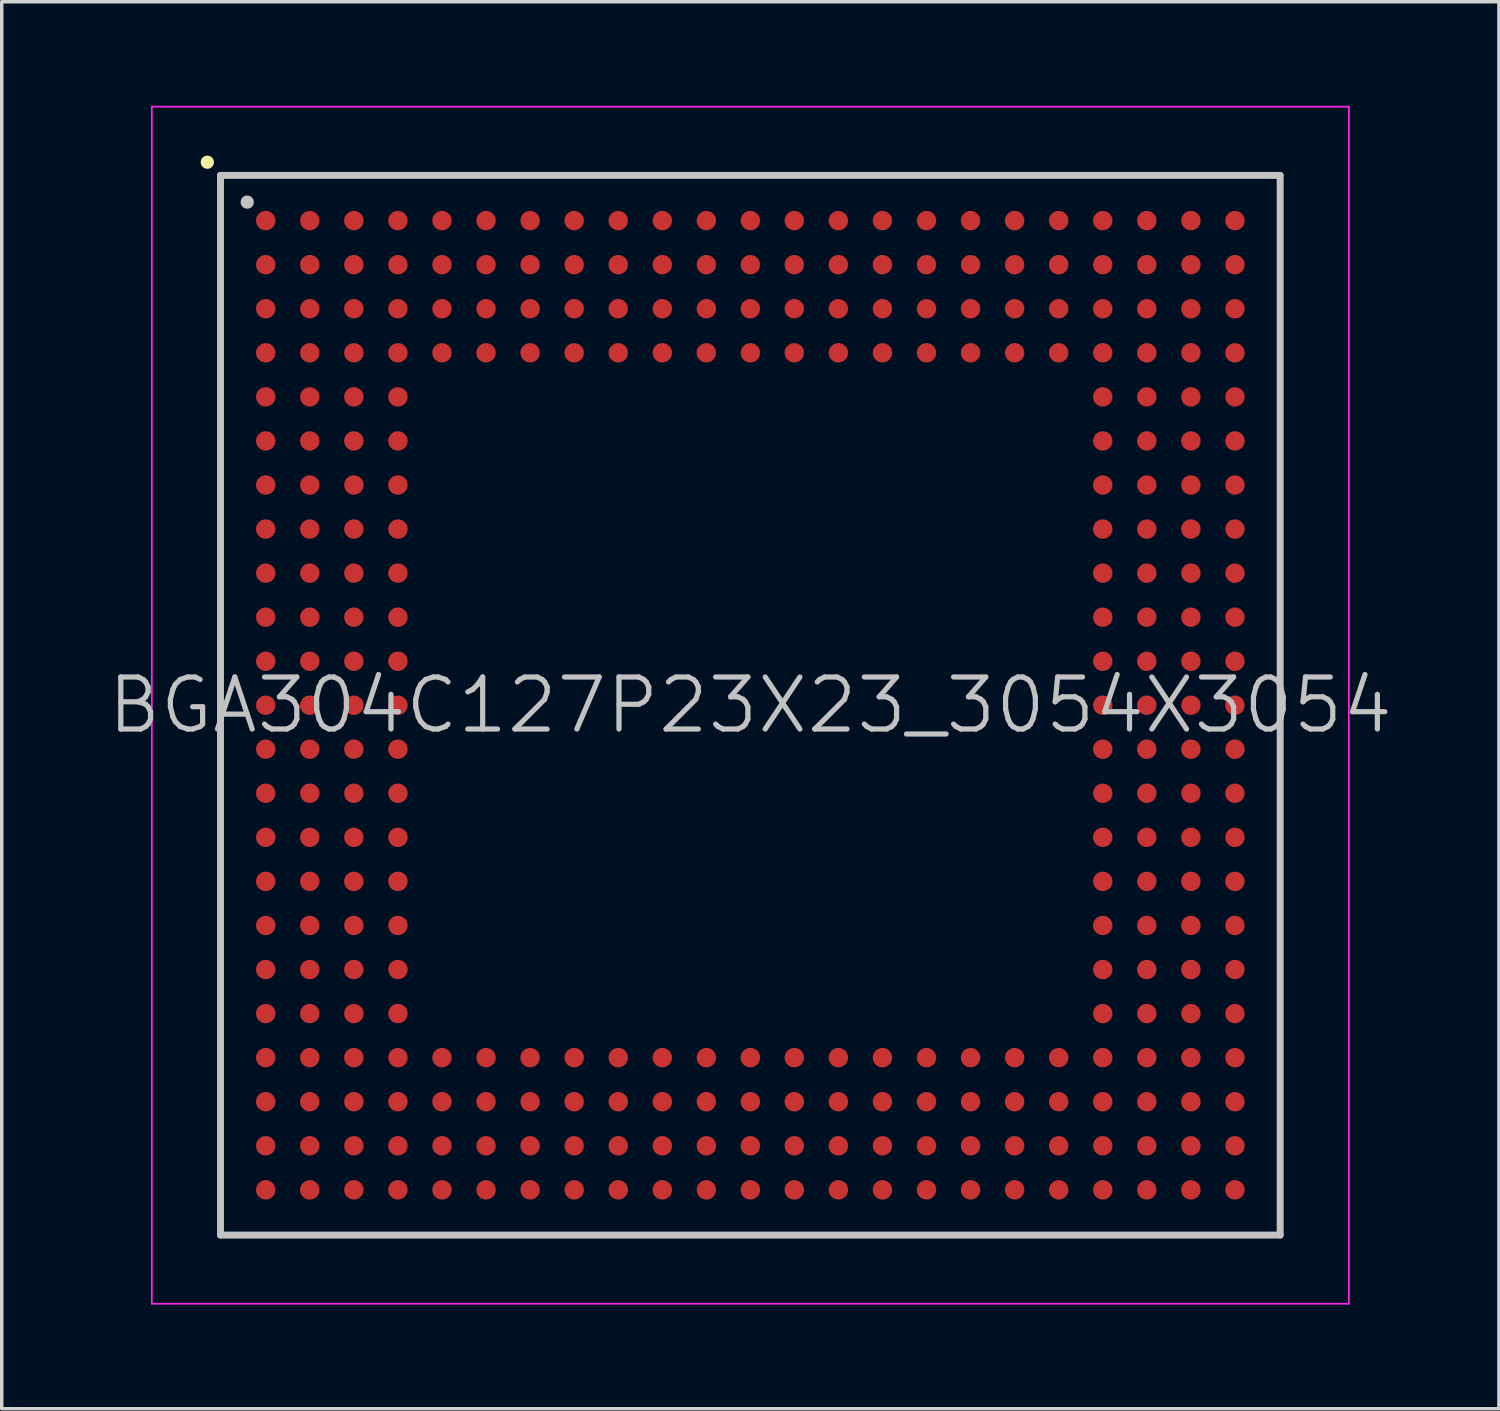
<source format=kicad_pcb>
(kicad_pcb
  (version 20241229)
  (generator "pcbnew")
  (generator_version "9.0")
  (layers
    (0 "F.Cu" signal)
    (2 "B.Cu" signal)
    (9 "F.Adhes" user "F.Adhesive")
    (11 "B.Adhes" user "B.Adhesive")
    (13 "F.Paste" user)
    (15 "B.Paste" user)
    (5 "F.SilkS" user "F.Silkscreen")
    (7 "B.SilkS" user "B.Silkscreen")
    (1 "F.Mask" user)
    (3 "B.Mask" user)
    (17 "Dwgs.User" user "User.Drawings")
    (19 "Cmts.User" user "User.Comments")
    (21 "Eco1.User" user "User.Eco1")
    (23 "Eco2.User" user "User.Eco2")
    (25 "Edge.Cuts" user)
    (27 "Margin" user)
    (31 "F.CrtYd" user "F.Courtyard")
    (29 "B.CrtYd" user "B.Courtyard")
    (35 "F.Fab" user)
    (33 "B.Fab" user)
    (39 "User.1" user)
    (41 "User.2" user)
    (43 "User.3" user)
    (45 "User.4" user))
  (footprint "BGA304C127P23X23_3054X3054"
    (layer "F.Cu")
    (at 18.575 17.275)
    (property "Reference" "BGA304C127P23X23_3054X3054" (at 0 0 0) (layer "Dwgs.User") (effects (font (size 1.5 1.5) (thickness 0.15))))
    (attr smd)
    (fp_line (start -15.65 -15.65) (end -15.65 -15.65) (stroke (width 0.381) (type solid)) (layer "F.SilkS"))
    (fp_line (start -15.27 -15.27) (end -15.27 15.27) (stroke (width 0.2) (type solid)) (layer "Dwgs.User"))
    (fp_line (start -15.27 -15.27) (end 15.27 -15.27) (stroke (width 0.2) (type solid)) (layer "Dwgs.User"))
    (fp_line (start -15.27 15.27) (end 15.27 15.27) (stroke (width 0.2) (type solid)) (layer "Dwgs.User"))
    (fp_line (start -14.5 -14.5) (end -14.5 -14.5) (stroke (width 0.381) (type solid)) (layer "Dwgs.User"))
    (fp_line (start 15.27 -15.27) (end 15.27 15.27) (stroke (width 0.2) (type solid)) (layer "Dwgs.User"))
    (fp_line (start -17.25 -17.25) (end -17.25 17.25) (stroke (width 0.05) (type solid)) (layer "F.CrtYd"))
    (fp_line (start -17.25 -17.25) (end 17.25 -17.25) (stroke (width 0.05) (type solid)) (layer "F.CrtYd"))
    (fp_line (start -17.25 17.25) (end 17.25 17.25) (stroke (width 0.05) (type solid)) (layer "F.CrtYd"))
    (fp_line (start 17.25 -17.25) (end 17.25 17.25) (stroke (width 0.05) (type solid)) (layer "F.CrtYd"))
    (pad "A1" smd circle (at -13.967 -13.967 270) (size 0.56 0.56) (layers "F.Cu" "F.Mask" "F.Paste"))
    (pad "A2" smd circle (at -12.697 -13.967 270) (size 0.56 0.56) (layers "F.Cu" "F.Mask" "F.Paste"))
    (pad "A3" smd circle (at -11.427 -13.967 270) (size 0.56 0.56) (layers "F.Cu" "F.Mask" "F.Paste"))
    (pad "A4" smd circle (at -10.157 -13.967 270) (size 0.56 0.56) (layers "F.Cu" "F.Mask" "F.Paste"))
    (pad "A5" smd circle (at -8.887 -13.967 270) (size 0.56 0.56) (layers "F.Cu" "F.Mask" "F.Paste"))
    (pad "A6" smd circle (at -7.617 -13.967 270) (size 0.56 0.56) (layers "F.Cu" "F.Mask" "F.Paste"))
    (pad "A7" smd circle (at -6.347 -13.967 270) (size 0.56 0.56) (layers "F.Cu" "F.Mask" "F.Paste"))
    (pad "A8" smd circle (at -5.077 -13.967 270) (size 0.56 0.56) (layers "F.Cu" "F.Mask" "F.Paste"))
    (pad "A9" smd circle (at -3.807 -13.967 270) (size 0.56 0.56) (layers "F.Cu" "F.Mask" "F.Paste"))
    (pad "A10" smd circle (at -2.537 -13.967 270) (size 0.56 0.56) (layers "F.Cu" "F.Mask" "F.Paste"))
    (pad "A11" smd circle (at -1.267 -13.967 270) (size 0.56 0.56) (layers "F.Cu" "F.Mask" "F.Paste"))
    (pad "A12" smd circle (at 0 -13.967 270) (size 0.56 0.56) (layers "F.Cu" "F.Mask" "F.Paste"))
    (pad "A13" smd circle (at 1.267 -13.967 270) (size 0.56 0.56) (layers "F.Cu" "F.Mask" "F.Paste"))
    (pad "A14" smd circle (at 2.537 -13.967 270) (size 0.56 0.56) (layers "F.Cu" "F.Mask" "F.Paste"))
    (pad "A15" smd circle (at 3.807 -13.967 270) (size 0.56 0.56) (layers "F.Cu" "F.Mask" "F.Paste"))
    (pad "A16" smd circle (at 5.077 -13.967 270) (size 0.56 0.56) (layers "F.Cu" "F.Mask" "F.Paste"))
    (pad "A17" smd circle (at 6.347 -13.967 270) (size 0.56 0.56) (layers "F.Cu" "F.Mask" "F.Paste"))
    (pad "A18" smd circle (at 7.617 -13.967 270) (size 0.56 0.56) (layers "F.Cu" "F.Mask" "F.Paste"))
    (pad "A19" smd circle (at 8.887 -13.967 270) (size 0.56 0.56) (layers "F.Cu" "F.Mask" "F.Paste"))
    (pad "A20" smd circle (at 10.157 -13.967 270) (size 0.56 0.56) (layers "F.Cu" "F.Mask" "F.Paste"))
    (pad "A21" smd circle (at 11.427 -13.967 270) (size 0.56 0.56) (layers "F.Cu" "F.Mask" "F.Paste"))
    (pad "A22" smd circle (at 12.697 -13.967 270) (size 0.56 0.56) (layers "F.Cu" "F.Mask" "F.Paste"))
    (pad "A23" smd circle (at 13.967 -13.967 270) (size 0.56 0.56) (layers "F.Cu" "F.Mask" "F.Paste"))
    (pad "AA1" smd circle (at -13.967 11.427 270) (size 0.56 0.56) (layers "F.Cu" "F.Mask" "F.Paste"))
    (pad "AA2" smd circle (at -12.697 11.427 270) (size 0.56 0.56) (layers "F.Cu" "F.Mask" "F.Paste"))
    (pad "AA3" smd circle (at -11.427 11.427 270) (size 0.56 0.56) (layers "F.Cu" "F.Mask" "F.Paste"))
    (pad "AA4" smd circle (at -10.157 11.427 270) (size 0.56 0.56) (layers "F.Cu" "F.Mask" "F.Paste"))
    (pad "AA5" smd circle (at -8.887 11.427 270) (size 0.56 0.56) (layers "F.Cu" "F.Mask" "F.Paste"))
    (pad "AA6" smd circle (at -7.617 11.427 270) (size 0.56 0.56) (layers "F.Cu" "F.Mask" "F.Paste"))
    (pad "AA7" smd circle (at -6.347 11.427 270) (size 0.56 0.56) (layers "F.Cu" "F.Mask" "F.Paste"))
    (pad "AA8" smd circle (at -5.077 11.427 270) (size 0.56 0.56) (layers "F.Cu" "F.Mask" "F.Paste"))
    (pad "AA9" smd circle (at -3.807 11.427 270) (size 0.56 0.56) (layers "F.Cu" "F.Mask" "F.Paste"))
    (pad "AA10" smd circle (at -2.537 11.427 270) (size 0.56 0.56) (layers "F.Cu" "F.Mask" "F.Paste"))
    (pad "AA11" smd circle (at -1.267 11.427 270) (size 0.56 0.56) (layers "F.Cu" "F.Mask" "F.Paste"))
    (pad "AA12" smd circle (at 0 11.427 270) (size 0.56 0.56) (layers "F.Cu" "F.Mask" "F.Paste"))
    (pad "AA13" smd circle (at 1.267 11.427 270) (size 0.56 0.56) (layers "F.Cu" "F.Mask" "F.Paste"))
    (pad "AA14" smd circle (at 2.537 11.427 270) (size 0.56 0.56) (layers "F.Cu" "F.Mask" "F.Paste"))
    (pad "AA15" smd circle (at 3.807 11.427 270) (size 0.56 0.56) (layers "F.Cu" "F.Mask" "F.Paste"))
    (pad "AA16" smd circle (at 5.077 11.427 270) (size 0.56 0.56) (layers "F.Cu" "F.Mask" "F.Paste"))
    (pad "AA17" smd circle (at 6.347 11.427 270) (size 0.56 0.56) (layers "F.Cu" "F.Mask" "F.Paste"))
    (pad "AA18" smd circle (at 7.617 11.427 270) (size 0.56 0.56) (layers "F.Cu" "F.Mask" "F.Paste"))
    (pad "AA19" smd circle (at 8.887 11.427 270) (size 0.56 0.56) (layers "F.Cu" "F.Mask" "F.Paste"))
    (pad "AA20" smd circle (at 10.157 11.427 270) (size 0.56 0.56) (layers "F.Cu" "F.Mask" "F.Paste"))
    (pad "AA21" smd circle (at 11.427 11.427 270) (size 0.56 0.56) (layers "F.Cu" "F.Mask" "F.Paste"))
    (pad "AA22" smd circle (at 12.697 11.427 270) (size 0.56 0.56) (layers "F.Cu" "F.Mask" "F.Paste"))
    (pad "AA23" smd circle (at 13.967 11.427 270) (size 0.56 0.56) (layers "F.Cu" "F.Mask" "F.Paste"))
    (pad "AB1" smd circle (at -13.967 12.697 270) (size 0.56 0.56) (layers "F.Cu" "F.Mask" "F.Paste"))
    (pad "AB2" smd circle (at -12.697 12.697 270) (size 0.56 0.56) (layers "F.Cu" "F.Mask" "F.Paste"))
    (pad "AB3" smd circle (at -11.427 12.697 270) (size 0.56 0.56) (layers "F.Cu" "F.Mask" "F.Paste"))
    (pad "AB4" smd circle (at -10.157 12.697 270) (size 0.56 0.56) (layers "F.Cu" "F.Mask" "F.Paste"))
    (pad "AB5" smd circle (at -8.887 12.697 270) (size 0.56 0.56) (layers "F.Cu" "F.Mask" "F.Paste"))
    (pad "AB6" smd circle (at -7.617 12.697 270) (size 0.56 0.56) (layers "F.Cu" "F.Mask" "F.Paste"))
    (pad "AB7" smd circle (at -6.347 12.697 270) (size 0.56 0.56) (layers "F.Cu" "F.Mask" "F.Paste"))
    (pad "AB8" smd circle (at -5.077 12.697 270) (size 0.56 0.56) (layers "F.Cu" "F.Mask" "F.Paste"))
    (pad "AB9" smd circle (at -3.807 12.697 270) (size 0.56 0.56) (layers "F.Cu" "F.Mask" "F.Paste"))
    (pad "AB10" smd circle (at -2.537 12.697 270) (size 0.56 0.56) (layers "F.Cu" "F.Mask" "F.Paste"))
    (pad "AB11" smd circle (at -1.267 12.697 270) (size 0.56 0.56) (layers "F.Cu" "F.Mask" "F.Paste"))
    (pad "AB12" smd circle (at 0 12.697 270) (size 0.56 0.56) (layers "F.Cu" "F.Mask" "F.Paste"))
    (pad "AB13" smd circle (at 1.267 12.697 270) (size 0.56 0.56) (layers "F.Cu" "F.Mask" "F.Paste"))
    (pad "AB14" smd circle (at 2.537 12.697 270) (size 0.56 0.56) (layers "F.Cu" "F.Mask" "F.Paste"))
    (pad "AB15" smd circle (at 3.807 12.697 270) (size 0.56 0.56) (layers "F.Cu" "F.Mask" "F.Paste"))
    (pad "AB16" smd circle (at 5.077 12.697 270) (size 0.56 0.56) (layers "F.Cu" "F.Mask" "F.Paste"))
    (pad "AB17" smd circle (at 6.347 12.697 270) (size 0.56 0.56) (layers "F.Cu" "F.Mask" "F.Paste"))
    (pad "AB18" smd circle (at 7.617 12.697 270) (size 0.56 0.56) (layers "F.Cu" "F.Mask" "F.Paste"))
    (pad "AB19" smd circle (at 8.887 12.697 270) (size 0.56 0.56) (layers "F.Cu" "F.Mask" "F.Paste"))
    (pad "AB20" smd circle (at 10.157 12.697 270) (size 0.56 0.56) (layers "F.Cu" "F.Mask" "F.Paste"))
    (pad "AB21" smd circle (at 11.427 12.697 270) (size 0.56 0.56) (layers "F.Cu" "F.Mask" "F.Paste"))
    (pad "AB22" smd circle (at 12.697 12.697 270) (size 0.56 0.56) (layers "F.Cu" "F.Mask" "F.Paste"))
    (pad "AB23" smd circle (at 13.967 12.697 270) (size 0.56 0.56) (layers "F.Cu" "F.Mask" "F.Paste"))
    (pad "AC1" smd circle (at -13.967 13.967 270) (size 0.56 0.56) (layers "F.Cu" "F.Mask" "F.Paste"))
    (pad "AC2" smd circle (at -12.697 13.967 270) (size 0.56 0.56) (layers "F.Cu" "F.Mask" "F.Paste"))
    (pad "AC3" smd circle (at -11.427 13.967 270) (size 0.56 0.56) (layers "F.Cu" "F.Mask" "F.Paste"))
    (pad "AC4" smd circle (at -10.157 13.967 270) (size 0.56 0.56) (layers "F.Cu" "F.Mask" "F.Paste"))
    (pad "AC5" smd circle (at -8.887 13.967 270) (size 0.56 0.56) (layers "F.Cu" "F.Mask" "F.Paste"))
    (pad "AC6" smd circle (at -7.617 13.967 270) (size 0.56 0.56) (layers "F.Cu" "F.Mask" "F.Paste"))
    (pad "AC7" smd circle (at -6.347 13.967 270) (size 0.56 0.56) (layers "F.Cu" "F.Mask" "F.Paste"))
    (pad "AC8" smd circle (at -5.077 13.967 270) (size 0.56 0.56) (layers "F.Cu" "F.Mask" "F.Paste"))
    (pad "AC9" smd circle (at -3.807 13.967 270) (size 0.56 0.56) (layers "F.Cu" "F.Mask" "F.Paste"))
    (pad "AC10" smd circle (at -2.537 13.967 270) (size 0.56 0.56) (layers "F.Cu" "F.Mask" "F.Paste"))
    (pad "AC11" smd circle (at -1.267 13.967 270) (size 0.56 0.56) (layers "F.Cu" "F.Mask" "F.Paste"))
    (pad "AC12" smd circle (at 0 13.967 270) (size 0.56 0.56) (layers "F.Cu" "F.Mask" "F.Paste"))
    (pad "AC13" smd circle (at 1.267 13.967 270) (size 0.56 0.56) (layers "F.Cu" "F.Mask" "F.Paste"))
    (pad "AC14" smd circle (at 2.537 13.967 270) (size 0.56 0.56) (layers "F.Cu" "F.Mask" "F.Paste"))
    (pad "AC15" smd circle (at 3.807 13.967 270) (size 0.56 0.56) (layers "F.Cu" "F.Mask" "F.Paste"))
    (pad "AC16" smd circle (at 5.077 13.967 270) (size 0.56 0.56) (layers "F.Cu" "F.Mask" "F.Paste"))
    (pad "AC17" smd circle (at 6.347 13.967 270) (size 0.56 0.56) (layers "F.Cu" "F.Mask" "F.Paste"))
    (pad "AC18" smd circle (at 7.617 13.967 270) (size 0.56 0.56) (layers "F.Cu" "F.Mask" "F.Paste"))
    (pad "AC19" smd circle (at 8.887 13.967 270) (size 0.56 0.56) (layers "F.Cu" "F.Mask" "F.Paste"))
    (pad "AC20" smd circle (at 10.157 13.967 270) (size 0.56 0.56) (layers "F.Cu" "F.Mask" "F.Paste"))
    (pad "AC21" smd circle (at 11.427 13.967 270) (size 0.56 0.56) (layers "F.Cu" "F.Mask" "F.Paste"))
    (pad "AC22" smd circle (at 12.697 13.967 270) (size 0.56 0.56) (layers "F.Cu" "F.Mask" "F.Paste"))
    (pad "AC23" smd circle (at 13.967 13.967 270) (size 0.56 0.56) (layers "F.Cu" "F.Mask" "F.Paste"))
    (pad "B1" smd circle (at -13.967 -12.697 270) (size 0.56 0.56) (layers "F.Cu" "F.Mask" "F.Paste"))
    (pad "B2" smd circle (at -12.697 -12.697 270) (size 0.56 0.56) (layers "F.Cu" "F.Mask" "F.Paste"))
    (pad "B3" smd circle (at -11.427 -12.697 270) (size 0.56 0.56) (layers "F.Cu" "F.Mask" "F.Paste"))
    (pad "B4" smd circle (at -10.157 -12.697 270) (size 0.56 0.56) (layers "F.Cu" "F.Mask" "F.Paste"))
    (pad "B5" smd circle (at -8.887 -12.697 270) (size 0.56 0.56) (layers "F.Cu" "F.Mask" "F.Paste"))
    (pad "B6" smd circle (at -7.617 -12.697 270) (size 0.56 0.56) (layers "F.Cu" "F.Mask" "F.Paste"))
    (pad "B7" smd circle (at -6.347 -12.697 270) (size 0.56 0.56) (layers "F.Cu" "F.Mask" "F.Paste"))
    (pad "B8" smd circle (at -5.077 -12.697 270) (size 0.56 0.56) (layers "F.Cu" "F.Mask" "F.Paste"))
    (pad "B9" smd circle (at -3.807 -12.697 270) (size 0.56 0.56) (layers "F.Cu" "F.Mask" "F.Paste"))
    (pad "B10" smd circle (at -2.537 -12.697 270) (size 0.56 0.56) (layers "F.Cu" "F.Mask" "F.Paste"))
    (pad "B11" smd circle (at -1.267 -12.697 270) (size 0.56 0.56) (layers "F.Cu" "F.Mask" "F.Paste"))
    (pad "B12" smd circle (at 0 -12.697 270) (size 0.56 0.56) (layers "F.Cu" "F.Mask" "F.Paste"))
    (pad "B13" smd circle (at 1.267 -12.697 270) (size 0.56 0.56) (layers "F.Cu" "F.Mask" "F.Paste"))
    (pad "B14" smd circle (at 2.537 -12.697 270) (size 0.56 0.56) (layers "F.Cu" "F.Mask" "F.Paste"))
    (pad "B15" smd circle (at 3.807 -12.697 270) (size 0.56 0.56) (layers "F.Cu" "F.Mask" "F.Paste"))
    (pad "B16" smd circle (at 5.077 -12.697 270) (size 0.56 0.56) (layers "F.Cu" "F.Mask" "F.Paste"))
    (pad "B17" smd circle (at 6.347 -12.697 270) (size 0.56 0.56) (layers "F.Cu" "F.Mask" "F.Paste"))
    (pad "B18" smd circle (at 7.617 -12.697 270) (size 0.56 0.56) (layers "F.Cu" "F.Mask" "F.Paste"))
    (pad "B19" smd circle (at 8.887 -12.697 270) (size 0.56 0.56) (layers "F.Cu" "F.Mask" "F.Paste"))
    (pad "B20" smd circle (at 10.157 -12.697 270) (size 0.56 0.56) (layers "F.Cu" "F.Mask" "F.Paste"))
    (pad "B21" smd circle (at 11.427 -12.697 270) (size 0.56 0.56) (layers "F.Cu" "F.Mask" "F.Paste"))
    (pad "B22" smd circle (at 12.697 -12.697 270) (size 0.56 0.56) (layers "F.Cu" "F.Mask" "F.Paste"))
    (pad "B23" smd circle (at 13.967 -12.697 270) (size 0.56 0.56) (layers "F.Cu" "F.Mask" "F.Paste"))
    (pad "C1" smd circle (at -13.967 -11.427 270) (size 0.56 0.56) (layers "F.Cu" "F.Mask" "F.Paste"))
    (pad "C2" smd circle (at -12.697 -11.427 270) (size 0.56 0.56) (layers "F.Cu" "F.Mask" "F.Paste"))
    (pad "C3" smd circle (at -11.427 -11.427 270) (size 0.56 0.56) (layers "F.Cu" "F.Mask" "F.Paste"))
    (pad "C4" smd circle (at -10.157 -11.427 270) (size 0.56 0.56) (layers "F.Cu" "F.Mask" "F.Paste"))
    (pad "C5" smd circle (at -8.887 -11.427 270) (size 0.56 0.56) (layers "F.Cu" "F.Mask" "F.Paste"))
    (pad "C6" smd circle (at -7.617 -11.427 270) (size 0.56 0.56) (layers "F.Cu" "F.Mask" "F.Paste"))
    (pad "C7" smd circle (at -6.347 -11.427 270) (size 0.56 0.56) (layers "F.Cu" "F.Mask" "F.Paste"))
    (pad "C8" smd circle (at -5.077 -11.427 270) (size 0.56 0.56) (layers "F.Cu" "F.Mask" "F.Paste"))
    (pad "C9" smd circle (at -3.807 -11.427 270) (size 0.56 0.56) (layers "F.Cu" "F.Mask" "F.Paste"))
    (pad "C10" smd circle (at -2.537 -11.427 270) (size 0.56 0.56) (layers "F.Cu" "F.Mask" "F.Paste"))
    (pad "C11" smd circle (at -1.267 -11.427 270) (size 0.56 0.56) (layers "F.Cu" "F.Mask" "F.Paste"))
    (pad "C12" smd circle (at 0 -11.427 270) (size 0.56 0.56) (layers "F.Cu" "F.Mask" "F.Paste"))
    (pad "C13" smd circle (at 1.267 -11.427 270) (size 0.56 0.56) (layers "F.Cu" "F.Mask" "F.Paste"))
    (pad "C14" smd circle (at 2.537 -11.427 270) (size 0.56 0.56) (layers "F.Cu" "F.Mask" "F.Paste"))
    (pad "C15" smd circle (at 3.807 -11.427 270) (size 0.56 0.56) (layers "F.Cu" "F.Mask" "F.Paste"))
    (pad "C16" smd circle (at 5.077 -11.427 270) (size 0.56 0.56) (layers "F.Cu" "F.Mask" "F.Paste"))
    (pad "C17" smd circle (at 6.347 -11.427 270) (size 0.56 0.56) (layers "F.Cu" "F.Mask" "F.Paste"))
    (pad "C18" smd circle (at 7.617 -11.427 270) (size 0.56 0.56) (layers "F.Cu" "F.Mask" "F.Paste"))
    (pad "C19" smd circle (at 8.887 -11.427 270) (size 0.56 0.56) (layers "F.Cu" "F.Mask" "F.Paste"))
    (pad "C20" smd circle (at 10.157 -11.427 270) (size 0.56 0.56) (layers "F.Cu" "F.Mask" "F.Paste"))
    (pad "C21" smd circle (at 11.427 -11.427 270) (size 0.56 0.56) (layers "F.Cu" "F.Mask" "F.Paste"))
    (pad "C22" smd circle (at 12.697 -11.427 270) (size 0.56 0.56) (layers "F.Cu" "F.Mask" "F.Paste"))
    (pad "C23" smd circle (at 13.967 -11.427 270) (size 0.56 0.56) (layers "F.Cu" "F.Mask" "F.Paste"))
    (pad "D1" smd circle (at -13.967 -10.157 270) (size 0.56 0.56) (layers "F.Cu" "F.Mask" "F.Paste"))
    (pad "D2" smd circle (at -12.697 -10.157 270) (size 0.56 0.56) (layers "F.Cu" "F.Mask" "F.Paste"))
    (pad "D3" smd circle (at -11.427 -10.157 270) (size 0.56 0.56) (layers "F.Cu" "F.Mask" "F.Paste"))
    (pad "D4" smd circle (at -10.157 -10.157 270) (size 0.56 0.56) (layers "F.Cu" "F.Mask" "F.Paste"))
    (pad "D5" smd circle (at -8.887 -10.157 270) (size 0.56 0.56) (layers "F.Cu" "F.Mask" "F.Paste"))
    (pad "D6" smd circle (at -7.617 -10.157 270) (size 0.56 0.56) (layers "F.Cu" "F.Mask" "F.Paste"))
    (pad "D7" smd circle (at -6.347 -10.157 270) (size 0.56 0.56) (layers "F.Cu" "F.Mask" "F.Paste"))
    (pad "D8" smd circle (at -5.077 -10.157 270) (size 0.56 0.56) (layers "F.Cu" "F.Mask" "F.Paste"))
    (pad "D9" smd circle (at -3.807 -10.157 270) (size 0.56 0.56) (layers "F.Cu" "F.Mask" "F.Paste"))
    (pad "D10" smd circle (at -2.537 -10.157 270) (size 0.56 0.56) (layers "F.Cu" "F.Mask" "F.Paste"))
    (pad "D11" smd circle (at -1.267 -10.157 270) (size 0.56 0.56) (layers "F.Cu" "F.Mask" "F.Paste"))
    (pad "D12" smd circle (at 0 -10.157 270) (size 0.56 0.56) (layers "F.Cu" "F.Mask" "F.Paste"))
    (pad "D13" smd circle (at 1.267 -10.157 270) (size 0.56 0.56) (layers "F.Cu" "F.Mask" "F.Paste"))
    (pad "D14" smd circle (at 2.537 -10.157 270) (size 0.56 0.56) (layers "F.Cu" "F.Mask" "F.Paste"))
    (pad "D15" smd circle (at 3.807 -10.157 270) (size 0.56 0.56) (layers "F.Cu" "F.Mask" "F.Paste"))
    (pad "D16" smd circle (at 5.077 -10.157 270) (size 0.56 0.56) (layers "F.Cu" "F.Mask" "F.Paste"))
    (pad "D17" smd circle (at 6.347 -10.157 270) (size 0.56 0.56) (layers "F.Cu" "F.Mask" "F.Paste"))
    (pad "D18" smd circle (at 7.617 -10.157 270) (size 0.56 0.56) (layers "F.Cu" "F.Mask" "F.Paste"))
    (pad "D19" smd circle (at 8.887 -10.157 270) (size 0.56 0.56) (layers "F.Cu" "F.Mask" "F.Paste"))
    (pad "D20" smd circle (at 10.157 -10.157 270) (size 0.56 0.56) (layers "F.Cu" "F.Mask" "F.Paste"))
    (pad "D21" smd circle (at 11.427 -10.157 270) (size 0.56 0.56) (layers "F.Cu" "F.Mask" "F.Paste"))
    (pad "D22" smd circle (at 12.697 -10.157 270) (size 0.56 0.56) (layers "F.Cu" "F.Mask" "F.Paste"))
    (pad "D23" smd circle (at 13.967 -10.157 270) (size 0.56 0.56) (layers "F.Cu" "F.Mask" "F.Paste"))
    (pad "E1" smd circle (at -13.967 -8.887 270) (size 0.56 0.56) (layers "F.Cu" "F.Mask" "F.Paste"))
    (pad "E2" smd circle (at -12.697 -8.887 270) (size 0.56 0.56) (layers "F.Cu" "F.Mask" "F.Paste"))
    (pad "E3" smd circle (at -11.427 -8.887 270) (size 0.56 0.56) (layers "F.Cu" "F.Mask" "F.Paste"))
    (pad "E4" smd circle (at -10.157 -8.887 270) (size 0.56 0.56) (layers "F.Cu" "F.Mask" "F.Paste"))
    (pad "E20" smd circle (at 10.157 -8.887 270) (size 0.56 0.56) (layers "F.Cu" "F.Mask" "F.Paste"))
    (pad "E21" smd circle (at 11.427 -8.887 270) (size 0.56 0.56) (layers "F.Cu" "F.Mask" "F.Paste"))
    (pad "E22" smd circle (at 12.697 -8.887 270) (size 0.56 0.56) (layers "F.Cu" "F.Mask" "F.Paste"))
    (pad "E23" smd circle (at 13.967 -8.887 270) (size 0.56 0.56) (layers "F.Cu" "F.Mask" "F.Paste"))
    (pad "F1" smd circle (at -13.967 -7.617 270) (size 0.56 0.56) (layers "F.Cu" "F.Mask" "F.Paste"))
    (pad "F2" smd circle (at -12.697 -7.617 270) (size 0.56 0.56) (layers "F.Cu" "F.Mask" "F.Paste"))
    (pad "F3" smd circle (at -11.427 -7.617 270) (size 0.56 0.56) (layers "F.Cu" "F.Mask" "F.Paste"))
    (pad "F4" smd circle (at -10.157 -7.617 270) (size 0.56 0.56) (layers "F.Cu" "F.Mask" "F.Paste"))
    (pad "F20" smd circle (at 10.157 -7.617 270) (size 0.56 0.56) (layers "F.Cu" "F.Mask" "F.Paste"))
    (pad "F21" smd circle (at 11.427 -7.617 270) (size 0.56 0.56) (layers "F.Cu" "F.Mask" "F.Paste"))
    (pad "F22" smd circle (at 12.697 -7.617 270) (size 0.56 0.56) (layers "F.Cu" "F.Mask" "F.Paste"))
    (pad "F23" smd circle (at 13.967 -7.617 270) (size 0.56 0.56) (layers "F.Cu" "F.Mask" "F.Paste"))
    (pad "G1" smd circle (at -13.967 -6.347 270) (size 0.56 0.56) (layers "F.Cu" "F.Mask" "F.Paste"))
    (pad "G2" smd circle (at -12.697 -6.347 270) (size 0.56 0.56) (layers "F.Cu" "F.Mask" "F.Paste"))
    (pad "G3" smd circle (at -11.427 -6.347 270) (size 0.56 0.56) (layers "F.Cu" "F.Mask" "F.Paste"))
    (pad "G4" smd circle (at -10.157 -6.347 270) (size 0.56 0.56) (layers "F.Cu" "F.Mask" "F.Paste"))
    (pad "G20" smd circle (at 10.157 -6.347 270) (size 0.56 0.56) (layers "F.Cu" "F.Mask" "F.Paste"))
    (pad "G21" smd circle (at 11.427 -6.347 270) (size 0.56 0.56) (layers "F.Cu" "F.Mask" "F.Paste"))
    (pad "G22" smd circle (at 12.697 -6.347 270) (size 0.56 0.56) (layers "F.Cu" "F.Mask" "F.Paste"))
    (pad "G23" smd circle (at 13.967 -6.347 270) (size 0.56 0.56) (layers "F.Cu" "F.Mask" "F.Paste"))
    (pad "H1" smd circle (at -13.967 -5.077 270) (size 0.56 0.56) (layers "F.Cu" "F.Mask" "F.Paste"))
    (pad "H2" smd circle (at -12.697 -5.077 270) (size 0.56 0.56) (layers "F.Cu" "F.Mask" "F.Paste"))
    (pad "H3" smd circle (at -11.427 -5.077 270) (size 0.56 0.56) (layers "F.Cu" "F.Mask" "F.Paste"))
    (pad "H4" smd circle (at -10.157 -5.077 270) (size 0.56 0.56) (layers "F.Cu" "F.Mask" "F.Paste"))
    (pad "H20" smd circle (at 10.157 -5.077 270) (size 0.56 0.56) (layers "F.Cu" "F.Mask" "F.Paste"))
    (pad "H21" smd circle (at 11.427 -5.077 270) (size 0.56 0.56) (layers "F.Cu" "F.Mask" "F.Paste"))
    (pad "H22" smd circle (at 12.697 -5.077 270) (size 0.56 0.56) (layers "F.Cu" "F.Mask" "F.Paste"))
    (pad "H23" smd circle (at 13.967 -5.077 270) (size 0.56 0.56) (layers "F.Cu" "F.Mask" "F.Paste"))
    (pad "J1" smd circle (at -13.967 -3.807 270) (size 0.56 0.56) (layers "F.Cu" "F.Mask" "F.Paste"))
    (pad "J2" smd circle (at -12.697 -3.807 270) (size 0.56 0.56) (layers "F.Cu" "F.Mask" "F.Paste"))
    (pad "J3" smd circle (at -11.427 -3.807 270) (size 0.56 0.56) (layers "F.Cu" "F.Mask" "F.Paste"))
    (pad "J4" smd circle (at -10.157 -3.807 270) (size 0.56 0.56) (layers "F.Cu" "F.Mask" "F.Paste"))
    (pad "J20" smd circle (at 10.157 -3.807 270) (size 0.56 0.56) (layers "F.Cu" "F.Mask" "F.Paste"))
    (pad "J21" smd circle (at 11.427 -3.807 270) (size 0.56 0.56) (layers "F.Cu" "F.Mask" "F.Paste"))
    (pad "J22" smd circle (at 12.697 -3.807 270) (size 0.56 0.56) (layers "F.Cu" "F.Mask" "F.Paste"))
    (pad "J23" smd circle (at 13.967 -3.807 270) (size 0.56 0.56) (layers "F.Cu" "F.Mask" "F.Paste"))
    (pad "K1" smd circle (at -13.967 -2.537 270) (size 0.56 0.56) (layers "F.Cu" "F.Mask" "F.Paste"))
    (pad "K2" smd circle (at -12.697 -2.537 270) (size 0.56 0.56) (layers "F.Cu" "F.Mask" "F.Paste"))
    (pad "K3" smd circle (at -11.427 -2.537 270) (size 0.56 0.56) (layers "F.Cu" "F.Mask" "F.Paste"))
    (pad "K4" smd circle (at -10.157 -2.537 270) (size 0.56 0.56) (layers "F.Cu" "F.Mask" "F.Paste"))
    (pad "K20" smd circle (at 10.157 -2.537 270) (size 0.56 0.56) (layers "F.Cu" "F.Mask" "F.Paste"))
    (pad "K21" smd circle (at 11.427 -2.537 270) (size 0.56 0.56) (layers "F.Cu" "F.Mask" "F.Paste"))
    (pad "K22" smd circle (at 12.697 -2.537 270) (size 0.56 0.56) (layers "F.Cu" "F.Mask" "F.Paste"))
    (pad "K23" smd circle (at 13.967 -2.537 270) (size 0.56 0.56) (layers "F.Cu" "F.Mask" "F.Paste"))
    (pad "L1" smd circle (at -13.967 -1.267 270) (size 0.56 0.56) (layers "F.Cu" "F.Mask" "F.Paste"))
    (pad "L2" smd circle (at -12.697 -1.267 270) (size 0.56 0.56) (layers "F.Cu" "F.Mask" "F.Paste"))
    (pad "L3" smd circle (at -11.427 -1.267 270) (size 0.56 0.56) (layers "F.Cu" "F.Mask" "F.Paste"))
    (pad "L4" smd circle (at -10.157 -1.267 270) (size 0.56 0.56) (layers "F.Cu" "F.Mask" "F.Paste"))
    (pad "L20" smd circle (at 10.157 -1.267 270) (size 0.56 0.56) (layers "F.Cu" "F.Mask" "F.Paste"))
    (pad "L21" smd circle (at 11.427 -1.267 270) (size 0.56 0.56) (layers "F.Cu" "F.Mask" "F.Paste"))
    (pad "L22" smd circle (at 12.697 -1.267 270) (size 0.56 0.56) (layers "F.Cu" "F.Mask" "F.Paste"))
    (pad "L23" smd circle (at 13.967 -1.267 270) (size 0.56 0.56) (layers "F.Cu" "F.Mask" "F.Paste"))
    (pad "M1" smd circle (at -13.967 0 270) (size 0.56 0.56) (layers "F.Cu" "F.Mask" "F.Paste"))
    (pad "M2" smd circle (at -12.697 0 270) (size 0.56 0.56) (layers "F.Cu" "F.Mask" "F.Paste"))
    (pad "M3" smd circle (at -11.427 0 270) (size 0.56 0.56) (layers "F.Cu" "F.Mask" "F.Paste"))
    (pad "M4" smd circle (at -10.157 0 270) (size 0.56 0.56) (layers "F.Cu" "F.Mask" "F.Paste"))
    (pad "M20" smd circle (at 10.157 0 270) (size 0.56 0.56) (layers "F.Cu" "F.Mask" "F.Paste"))
    (pad "M21" smd circle (at 11.427 0 270) (size 0.56 0.56) (layers "F.Cu" "F.Mask" "F.Paste"))
    (pad "M22" smd circle (at 12.697 0 270) (size 0.56 0.56) (layers "F.Cu" "F.Mask" "F.Paste"))
    (pad "M23" smd circle (at 13.967 0 270) (size 0.56 0.56) (layers "F.Cu" "F.Mask" "F.Paste"))
    (pad "N1" smd circle (at -13.967 1.267 270) (size 0.56 0.56) (layers "F.Cu" "F.Mask" "F.Paste"))
    (pad "N2" smd circle (at -12.697 1.267 270) (size 0.56 0.56) (layers "F.Cu" "F.Mask" "F.Paste"))
    (pad "N3" smd circle (at -11.427 1.267 270) (size 0.56 0.56) (layers "F.Cu" "F.Mask" "F.Paste"))
    (pad "N4" smd circle (at -10.157 1.267 270) (size 0.56 0.56) (layers "F.Cu" "F.Mask" "F.Paste"))
    (pad "N20" smd circle (at 10.157 1.267 270) (size 0.56 0.56) (layers "F.Cu" "F.Mask" "F.Paste"))
    (pad "N21" smd circle (at 11.427 1.267 270) (size 0.56 0.56) (layers "F.Cu" "F.Mask" "F.Paste"))
    (pad "N22" smd circle (at 12.697 1.267 270) (size 0.56 0.56) (layers "F.Cu" "F.Mask" "F.Paste"))
    (pad "N23" smd circle (at 13.967 1.267 270) (size 0.56 0.56) (layers "F.Cu" "F.Mask" "F.Paste"))
    (pad "P1" smd circle (at -13.967 2.537 270) (size 0.56 0.56) (layers "F.Cu" "F.Mask" "F.Paste"))
    (pad "P2" smd circle (at -12.697 2.537 270) (size 0.56 0.56) (layers "F.Cu" "F.Mask" "F.Paste"))
    (pad "P3" smd circle (at -11.427 2.537 270) (size 0.56 0.56) (layers "F.Cu" "F.Mask" "F.Paste"))
    (pad "P4" smd circle (at -10.157 2.537 270) (size 0.56 0.56) (layers "F.Cu" "F.Mask" "F.Paste"))
    (pad "P20" smd circle (at 10.157 2.537 270) (size 0.56 0.56) (layers "F.Cu" "F.Mask" "F.Paste"))
    (pad "P21" smd circle (at 11.427 2.537 270) (size 0.56 0.56) (layers "F.Cu" "F.Mask" "F.Paste"))
    (pad "P22" smd circle (at 12.697 2.537 270) (size 0.56 0.56) (layers "F.Cu" "F.Mask" "F.Paste"))
    (pad "P23" smd circle (at 13.967 2.537 270) (size 0.56 0.56) (layers "F.Cu" "F.Mask" "F.Paste"))
    (pad "R1" smd circle (at -13.967 3.807 270) (size 0.56 0.56) (layers "F.Cu" "F.Mask" "F.Paste"))
    (pad "R2" smd circle (at -12.697 3.807 270) (size 0.56 0.56) (layers "F.Cu" "F.Mask" "F.Paste"))
    (pad "R3" smd circle (at -11.427 3.807 270) (size 0.56 0.56) (layers "F.Cu" "F.Mask" "F.Paste"))
    (pad "R4" smd circle (at -10.157 3.807 270) (size 0.56 0.56) (layers "F.Cu" "F.Mask" "F.Paste"))
    (pad "R20" smd circle (at 10.157 3.807 270) (size 0.56 0.56) (layers "F.Cu" "F.Mask" "F.Paste"))
    (pad "R21" smd circle (at 11.427 3.807 270) (size 0.56 0.56) (layers "F.Cu" "F.Mask" "F.Paste"))
    (pad "R22" smd circle (at 12.697 3.807 270) (size 0.56 0.56) (layers "F.Cu" "F.Mask" "F.Paste"))
    (pad "R23" smd circle (at 13.967 3.807 270) (size 0.56 0.56) (layers "F.Cu" "F.Mask" "F.Paste"))
    (pad "T1" smd circle (at -13.967 5.077 270) (size 0.56 0.56) (layers "F.Cu" "F.Mask" "F.Paste"))
    (pad "T2" smd circle (at -12.697 5.077 270) (size 0.56 0.56) (layers "F.Cu" "F.Mask" "F.Paste"))
    (pad "T3" smd circle (at -11.427 5.077 270) (size 0.56 0.56) (layers "F.Cu" "F.Mask" "F.Paste"))
    (pad "T4" smd circle (at -10.157 5.077 270) (size 0.56 0.56) (layers "F.Cu" "F.Mask" "F.Paste"))
    (pad "T20" smd circle (at 10.157 5.077 270) (size 0.56 0.56) (layers "F.Cu" "F.Mask" "F.Paste"))
    (pad "T21" smd circle (at 11.427 5.077 270) (size 0.56 0.56) (layers "F.Cu" "F.Mask" "F.Paste"))
    (pad "T22" smd circle (at 12.697 5.077 270) (size 0.56 0.56) (layers "F.Cu" "F.Mask" "F.Paste"))
    (pad "T23" smd circle (at 13.967 5.077 270) (size 0.56 0.56) (layers "F.Cu" "F.Mask" "F.Paste"))
    (pad "U1" smd circle (at -13.967 6.347 270) (size 0.56 0.56) (layers "F.Cu" "F.Mask" "F.Paste"))
    (pad "U2" smd circle (at -12.697 6.347 270) (size 0.56 0.56) (layers "F.Cu" "F.Mask" "F.Paste"))
    (pad "U3" smd circle (at -11.427 6.347 270) (size 0.56 0.56) (layers "F.Cu" "F.Mask" "F.Paste"))
    (pad "U4" smd circle (at -10.157 6.347 270) (size 0.56 0.56) (layers "F.Cu" "F.Mask" "F.Paste"))
    (pad "U20" smd circle (at 10.157 6.347 270) (size 0.56 0.56) (layers "F.Cu" "F.Mask" "F.Paste"))
    (pad "U21" smd circle (at 11.427 6.347 270) (size 0.56 0.56) (layers "F.Cu" "F.Mask" "F.Paste"))
    (pad "U22" smd circle (at 12.697 6.347 270) (size 0.56 0.56) (layers "F.Cu" "F.Mask" "F.Paste"))
    (pad "U23" smd circle (at 13.967 6.347 270) (size 0.56 0.56) (layers "F.Cu" "F.Mask" "F.Paste"))
    (pad "V1" smd circle (at -13.967 7.617 270) (size 0.56 0.56) (layers "F.Cu" "F.Mask" "F.Paste"))
    (pad "V2" smd circle (at -12.697 7.617 270) (size 0.56 0.56) (layers "F.Cu" "F.Mask" "F.Paste"))
    (pad "V3" smd circle (at -11.427 7.617 270) (size 0.56 0.56) (layers "F.Cu" "F.Mask" "F.Paste"))
    (pad "V4" smd circle (at -10.157 7.617 270) (size 0.56 0.56) (layers "F.Cu" "F.Mask" "F.Paste"))
    (pad "V20" smd circle (at 10.157 7.617 270) (size 0.56 0.56) (layers "F.Cu" "F.Mask" "F.Paste"))
    (pad "V21" smd circle (at 11.427 7.617 270) (size 0.56 0.56) (layers "F.Cu" "F.Mask" "F.Paste"))
    (pad "V22" smd circle (at 12.697 7.617 270) (size 0.56 0.56) (layers "F.Cu" "F.Mask" "F.Paste"))
    (pad "V23" smd circle (at 13.967 7.617 270) (size 0.56 0.56) (layers "F.Cu" "F.Mask" "F.Paste"))
    (pad "W1" smd circle (at -13.967 8.887 270) (size 0.56 0.56) (layers "F.Cu" "F.Mask" "F.Paste"))
    (pad "W2" smd circle (at -12.697 8.887 270) (size 0.56 0.56) (layers "F.Cu" "F.Mask" "F.Paste"))
    (pad "W3" smd circle (at -11.427 8.887 270) (size 0.56 0.56) (layers "F.Cu" "F.Mask" "F.Paste"))
    (pad "W4" smd circle (at -10.157 8.887 270) (size 0.56 0.56) (layers "F.Cu" "F.Mask" "F.Paste"))
    (pad "W20" smd circle (at 10.157 8.887 270) (size 0.56 0.56) (layers "F.Cu" "F.Mask" "F.Paste"))
    (pad "W21" smd circle (at 11.427 8.887 270) (size 0.56 0.56) (layers "F.Cu" "F.Mask" "F.Paste"))
    (pad "W22" smd circle (at 12.697 8.887 270) (size 0.56 0.56) (layers "F.Cu" "F.Mask" "F.Paste"))
    (pad "W23" smd circle (at 13.967 8.887 270) (size 0.56 0.56) (layers "F.Cu" "F.Mask" "F.Paste"))
    (pad "Y1" smd circle (at -13.967 10.157 270) (size 0.56 0.56) (layers "F.Cu" "F.Mask" "F.Paste"))
    (pad "Y2" smd circle (at -12.697 10.157 270) (size 0.56 0.56) (layers "F.Cu" "F.Mask" "F.Paste"))
    (pad "Y3" smd circle (at -11.427 10.157 270) (size 0.56 0.56) (layers "F.Cu" "F.Mask" "F.Paste"))
    (pad "Y4" smd circle (at -10.157 10.157 270) (size 0.56 0.56) (layers "F.Cu" "F.Mask" "F.Paste"))
    (pad "Y5" smd circle (at -8.887 10.157 270) (size 0.56 0.56) (layers "F.Cu" "F.Mask" "F.Paste"))
    (pad "Y6" smd circle (at -7.617 10.157 270) (size 0.56 0.56) (layers "F.Cu" "F.Mask" "F.Paste"))
    (pad "Y7" smd circle (at -6.347 10.157 270) (size 0.56 0.56) (layers "F.Cu" "F.Mask" "F.Paste"))
    (pad "Y8" smd circle (at -5.077 10.157 270) (size 0.56 0.56) (layers "F.Cu" "F.Mask" "F.Paste"))
    (pad "Y9" smd circle (at -3.807 10.157 270) (size 0.56 0.56) (layers "F.Cu" "F.Mask" "F.Paste"))
    (pad "Y10" smd circle (at -2.537 10.157 270) (size 0.56 0.56) (layers "F.Cu" "F.Mask" "F.Paste"))
    (pad "Y11" smd circle (at -1.267 10.157 270) (size 0.56 0.56) (layers "F.Cu" "F.Mask" "F.Paste"))
    (pad "Y12" smd circle (at 0 10.157 270) (size 0.56 0.56) (layers "F.Cu" "F.Mask" "F.Paste"))
    (pad "Y13" smd circle (at 1.267 10.157 270) (size 0.56 0.56) (layers "F.Cu" "F.Mask" "F.Paste"))
    (pad "Y14" smd circle (at 2.537 10.157 270) (size 0.56 0.56) (layers "F.Cu" "F.Mask" "F.Paste"))
    (pad "Y15" smd circle (at 3.807 10.157 270) (size 0.56 0.56) (layers "F.Cu" "F.Mask" "F.Paste"))
    (pad "Y16" smd circle (at 5.077 10.157 270) (size 0.56 0.56) (layers "F.Cu" "F.Mask" "F.Paste"))
    (pad "Y17" smd circle (at 6.347 10.157 270) (size 0.56 0.56) (layers "F.Cu" "F.Mask" "F.Paste"))
    (pad "Y18" smd circle (at 7.617 10.157 270) (size 0.56 0.56) (layers "F.Cu" "F.Mask" "F.Paste"))
    (pad "Y19" smd circle (at 8.887 10.157 270) (size 0.56 0.56) (layers "F.Cu" "F.Mask" "F.Paste"))
    (pad "Y20" smd circle (at 10.157 10.157 270) (size 0.56 0.56) (layers "F.Cu" "F.Mask" "F.Paste"))
    (pad "Y21" smd circle (at 11.427 10.157 270) (size 0.56 0.56) (layers "F.Cu" "F.Mask" "F.Paste"))
    (pad "Y22" smd circle (at 12.697 10.157 270) (size 0.56 0.56) (layers "F.Cu" "F.Mask" "F.Paste"))
    (pad "Y23" smd circle (at 13.967 10.157 270) (size 0.56 0.56) (layers "F.Cu" "F.Mask" "F.Paste")))
  (gr_rect
    (start -3 -3)
    (end 40.15 37.55)
    (stroke (width 0.1) (type default))
    (fill no)
    (layer "Edge.Cuts")))
</source>
